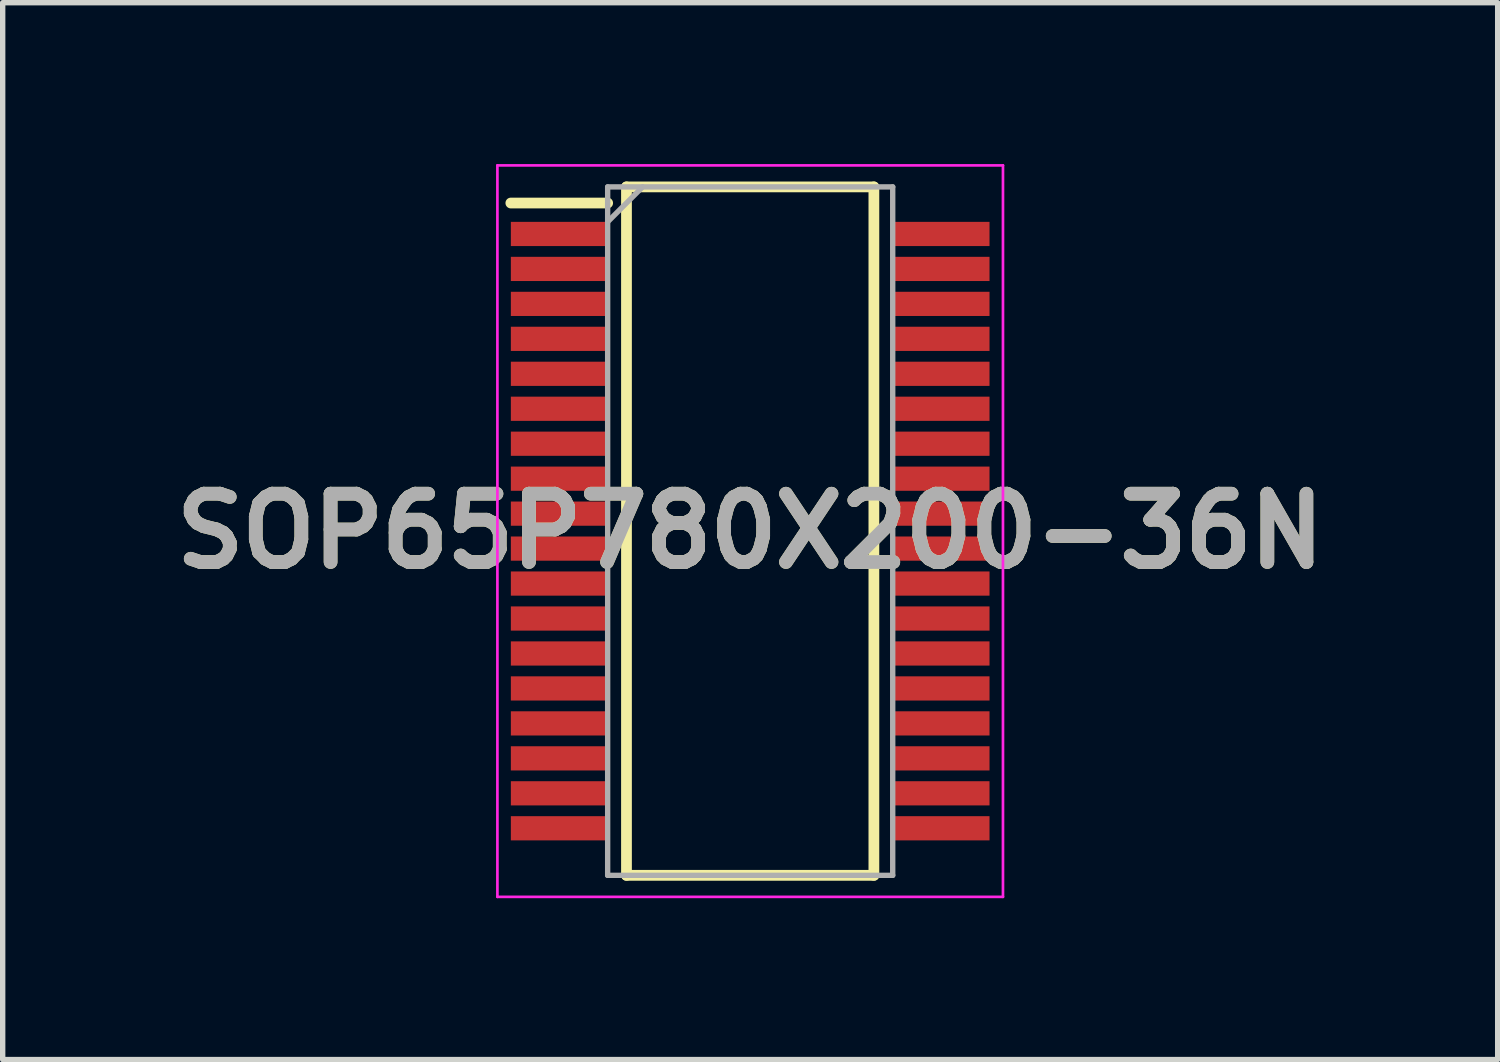
<source format=kicad_pcb>
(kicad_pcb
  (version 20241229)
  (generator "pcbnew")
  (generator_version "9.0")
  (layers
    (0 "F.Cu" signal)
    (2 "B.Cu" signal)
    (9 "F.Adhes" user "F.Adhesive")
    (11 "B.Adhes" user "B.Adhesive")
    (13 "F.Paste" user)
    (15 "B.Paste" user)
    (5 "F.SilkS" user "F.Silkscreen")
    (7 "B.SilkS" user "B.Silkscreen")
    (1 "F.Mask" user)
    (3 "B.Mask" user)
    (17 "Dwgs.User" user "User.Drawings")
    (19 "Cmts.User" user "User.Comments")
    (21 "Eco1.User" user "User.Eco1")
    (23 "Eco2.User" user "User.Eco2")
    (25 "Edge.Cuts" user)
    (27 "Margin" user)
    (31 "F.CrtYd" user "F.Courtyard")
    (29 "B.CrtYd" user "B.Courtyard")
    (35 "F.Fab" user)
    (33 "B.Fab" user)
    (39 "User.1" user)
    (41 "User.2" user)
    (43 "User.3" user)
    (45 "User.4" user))
  (footprint "SOP65P780X200-36N"
    (layer "F.Cu")
    (at 10.898 6.825)
    (property "Reference" "SOP65P780X200-36N" (at 0 0 0) (layer "F.SilkS") (effects (font (size 1.27 1.27) (thickness 0.254))))
    (attr smd)
    (fp_line (start -4.45 -6.1) (end -2.65 -6.1) (stroke (width 0.2) (type solid)) (layer "F.SilkS"))
    (fp_line (start -2.3 -6.4) (end 2.3 -6.4) (stroke (width 0.2) (type solid)) (layer "F.SilkS"))
    (fp_line (start -2.3 6.4) (end -2.3 -6.4) (stroke (width 0.2) (type solid)) (layer "F.SilkS"))
    (fp_line (start 2.3 -6.4) (end 2.3 6.4) (stroke (width 0.2) (type solid)) (layer "F.SilkS"))
    (fp_line (start 2.3 6.4) (end -2.3 6.4) (stroke (width 0.2) (type solid)) (layer "F.SilkS"))
    (fp_line (start -4.7 -6.8) (end 4.7 -6.8) (stroke (width 0.05) (type solid)) (layer "F.CrtYd"))
    (fp_line (start -4.7 6.8) (end -4.7 -6.8) (stroke (width 0.05) (type solid)) (layer "F.CrtYd"))
    (fp_line (start 4.7 -6.8) (end 4.7 6.8) (stroke (width 0.05) (type solid)) (layer "F.CrtYd"))
    (fp_line (start 4.7 6.8) (end -4.7 6.8) (stroke (width 0.05) (type solid)) (layer "F.CrtYd"))
    (fp_line (start -2.65 -6.4) (end 2.65 -6.4) (stroke (width 0.1) (type solid)) (layer "F.Fab"))
    (fp_line (start -2.65 -5.75) (end -2 -6.4) (stroke (width 0.1) (type solid)) (layer "F.Fab"))
    (fp_line (start -2.65 6.4) (end -2.65 -6.4) (stroke (width 0.1) (type solid)) (layer "F.Fab"))
    (fp_line (start 2.65 -6.4) (end 2.65 6.4) (stroke (width 0.1) (type solid)) (layer "F.Fab"))
    (fp_line (start 2.65 6.4) (end -2.65 6.4) (stroke (width 0.1) (type solid)) (layer "F.Fab"))
    (fp_text user "${REFERENCE}" (at 0 0 0) (layer "F.Fab") (effects (font (size 1.27 1.27) (thickness 0.254))))
    (pad "1" smd rect (at -3.55 -5.525 90) (size 0.45 1.8) (layers "F.Cu" "F.Mask" "F.Paste"))
    (pad "2" smd rect (at -3.55 -4.875 90) (size 0.45 1.8) (layers "F.Cu" "F.Mask" "F.Paste"))
    (pad "3" smd rect (at -3.55 -4.225 90) (size 0.45 1.8) (layers "F.Cu" "F.Mask" "F.Paste"))
    (pad "4" smd rect (at -3.55 -3.575 90) (size 0.45 1.8) (layers "F.Cu" "F.Mask" "F.Paste"))
    (pad "5" smd rect (at -3.55 -2.925 90) (size 0.45 1.8) (layers "F.Cu" "F.Mask" "F.Paste"))
    (pad "6" smd rect (at -3.55 -2.275 90) (size 0.45 1.8) (layers "F.Cu" "F.Mask" "F.Paste"))
    (pad "7" smd rect (at -3.55 -1.625 90) (size 0.45 1.8) (layers "F.Cu" "F.Mask" "F.Paste"))
    (pad "8" smd rect (at -3.55 -0.975 90) (size 0.45 1.8) (layers "F.Cu" "F.Mask" "F.Paste"))
    (pad "9" smd rect (at -3.55 -0.325 90) (size 0.45 1.8) (layers "F.Cu" "F.Mask" "F.Paste"))
    (pad "10" smd rect (at -3.55 0.325 90) (size 0.45 1.8) (layers "F.Cu" "F.Mask" "F.Paste"))
    (pad "11" smd rect (at -3.55 0.975 90) (size 0.45 1.8) (layers "F.Cu" "F.Mask" "F.Paste"))
    (pad "12" smd rect (at -3.55 1.625 90) (size 0.45 1.8) (layers "F.Cu" "F.Mask" "F.Paste"))
    (pad "13" smd rect (at -3.55 2.275 90) (size 0.45 1.8) (layers "F.Cu" "F.Mask" "F.Paste"))
    (pad "14" smd rect (at -3.55 2.925 90) (size 0.45 1.8) (layers "F.Cu" "F.Mask" "F.Paste"))
    (pad "15" smd rect (at -3.55 3.575 90) (size 0.45 1.8) (layers "F.Cu" "F.Mask" "F.Paste"))
    (pad "16" smd rect (at -3.55 4.225 90) (size 0.45 1.8) (layers "F.Cu" "F.Mask" "F.Paste"))
    (pad "17" smd rect (at -3.55 4.875 90) (size 0.45 1.8) (layers "F.Cu" "F.Mask" "F.Paste"))
    (pad "18" smd rect (at -3.55 5.525 90) (size 0.45 1.8) (layers "F.Cu" "F.Mask" "F.Paste"))
    (pad "19" smd rect (at 3.55 5.525 90) (size 0.45 1.8) (layers "F.Cu" "F.Mask" "F.Paste"))
    (pad "20" smd rect (at 3.55 4.875 90) (size 0.45 1.8) (layers "F.Cu" "F.Mask" "F.Paste"))
    (pad "21" smd rect (at 3.55 4.225 90) (size 0.45 1.8) (layers "F.Cu" "F.Mask" "F.Paste"))
    (pad "22" smd rect (at 3.55 3.575 90) (size 0.45 1.8) (layers "F.Cu" "F.Mask" "F.Paste"))
    (pad "23" smd rect (at 3.55 2.925 90) (size 0.45 1.8) (layers "F.Cu" "F.Mask" "F.Paste"))
    (pad "24" smd rect (at 3.55 2.275 90) (size 0.45 1.8) (layers "F.Cu" "F.Mask" "F.Paste"))
    (pad "25" smd rect (at 3.55 1.625 90) (size 0.45 1.8) (layers "F.Cu" "F.Mask" "F.Paste"))
    (pad "26" smd rect (at 3.55 0.975 90) (size 0.45 1.8) (layers "F.Cu" "F.Mask" "F.Paste"))
    (pad "27" smd rect (at 3.55 0.325 90) (size 0.45 1.8) (layers "F.Cu" "F.Mask" "F.Paste"))
    (pad "28" smd rect (at 3.55 -0.325 90) (size 0.45 1.8) (layers "F.Cu" "F.Mask" "F.Paste"))
    (pad "29" smd rect (at 3.55 -0.975 90) (size 0.45 1.8) (layers "F.Cu" "F.Mask" "F.Paste"))
    (pad "30" smd rect (at 3.55 -1.625 90) (size 0.45 1.8) (layers "F.Cu" "F.Mask" "F.Paste"))
    (pad "31" smd rect (at 3.55 -2.275 90) (size 0.45 1.8) (layers "F.Cu" "F.Mask" "F.Paste"))
    (pad "32" smd rect (at 3.55 -2.925 90) (size 0.45 1.8) (layers "F.Cu" "F.Mask" "F.Paste"))
    (pad "33" smd rect (at 3.55 -3.575 90) (size 0.45 1.8) (layers "F.Cu" "F.Mask" "F.Paste"))
    (pad "34" smd rect (at 3.55 -4.225 90) (size 0.45 1.8) (layers "F.Cu" "F.Mask" "F.Paste"))
    (pad "35" smd rect (at 3.55 -4.875 90) (size 0.45 1.8) (layers "F.Cu" "F.Mask" "F.Paste"))
    (pad "36" smd rect (at 3.55 -5.525 90) (size 0.45 1.8) (layers "F.Cu" "F.Mask" "F.Paste")))
  (gr_rect
    (start -3 -3)
    (end 24.796 16.65)
    (stroke (width 0.1) (type default))
    (fill no)
    (layer "Edge.Cuts")))
</source>
